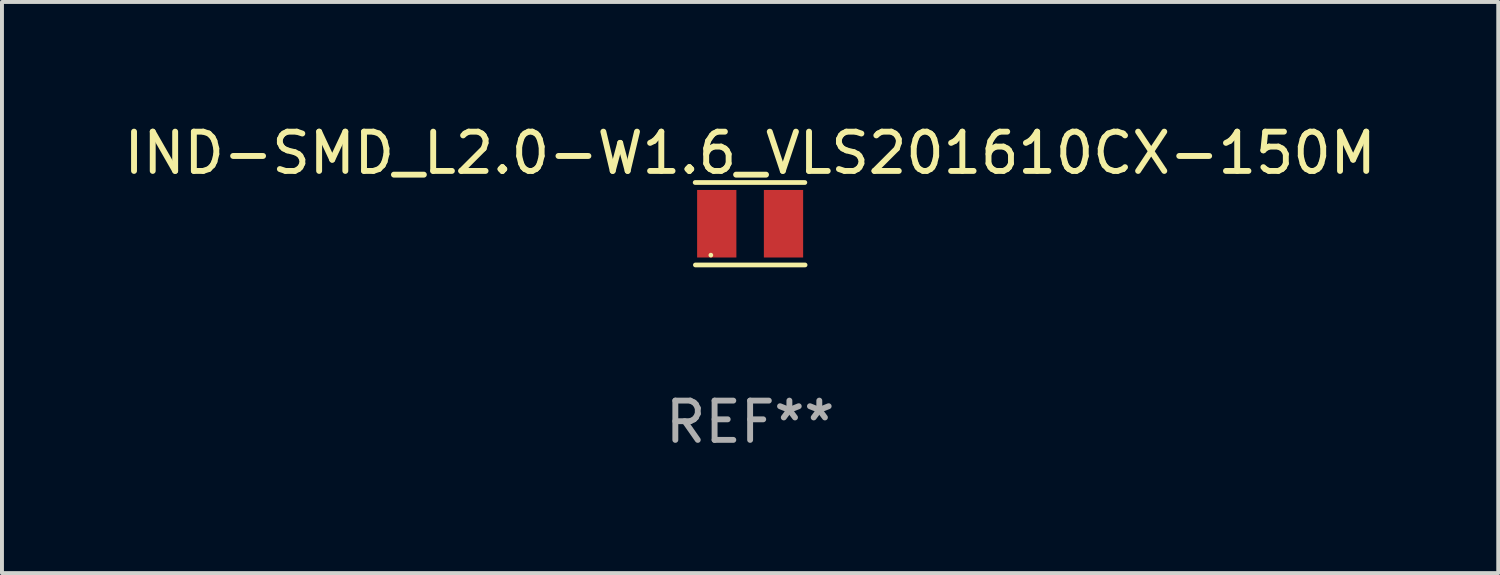
<source format=kicad_pcb>
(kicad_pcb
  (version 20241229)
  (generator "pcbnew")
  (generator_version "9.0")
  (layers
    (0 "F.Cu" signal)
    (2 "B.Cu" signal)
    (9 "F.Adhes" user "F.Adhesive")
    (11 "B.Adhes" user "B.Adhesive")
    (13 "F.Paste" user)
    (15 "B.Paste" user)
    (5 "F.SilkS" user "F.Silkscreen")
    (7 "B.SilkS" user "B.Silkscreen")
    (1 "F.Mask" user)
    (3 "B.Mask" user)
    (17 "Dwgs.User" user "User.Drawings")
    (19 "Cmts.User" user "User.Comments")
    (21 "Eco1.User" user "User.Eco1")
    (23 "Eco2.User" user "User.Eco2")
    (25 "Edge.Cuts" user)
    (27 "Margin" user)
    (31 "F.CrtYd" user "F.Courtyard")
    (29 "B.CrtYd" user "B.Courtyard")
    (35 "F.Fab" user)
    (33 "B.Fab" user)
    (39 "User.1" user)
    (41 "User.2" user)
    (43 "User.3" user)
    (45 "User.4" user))
  (footprint "IND-SMD_L2.0-W1.6_VLS201610CX-150M"
    (layer "F.Cu")
    (at 16.054 2.648)
    (property "Reference" "IND-SMD_L2.0-W1.6_VLS201610CX-150M" (at 0 -1.8 0) (layer "F.SilkS") (effects (font (size 1 1) (thickness 0.15))))
    (attr through_hole)
    (fp_line (start -1.4 -1.05) (end 1.394 -1.05) (stroke (width 0.12) (type solid)) (layer "F.SilkS"))
    (fp_line (start 1.4 1.05) (end -1.394 1.05) (stroke (width 0.12) (type solid)) (layer "F.SilkS"))
    (fp_circle (center -1 0.8) (end -0.97 0.8) (stroke (width 0.06) (type solid)) (fill no) (layer "F.SilkS"))
    (fp_text user "REF**" (at -0.000089 5.05 0) (layer "F.Fab") (effects (font (size 1 1) (thickness 0.15))))
    (pad "1" smd rect (at -0.85 0) (size 1 1.72) (layers "F.Cu" "F.Mask" "F.Paste"))
    (pad "2" smd rect (at 0.85 0) (size 1 1.72) (layers "F.Cu" "F.Mask" "F.Paste")))
  (gr_rect
    (start -3 -3)
    (end 35.107 11.546)
    (stroke (width 0.1) (type default))
    (fill no)
    (layer "Edge.Cuts")))
</source>
